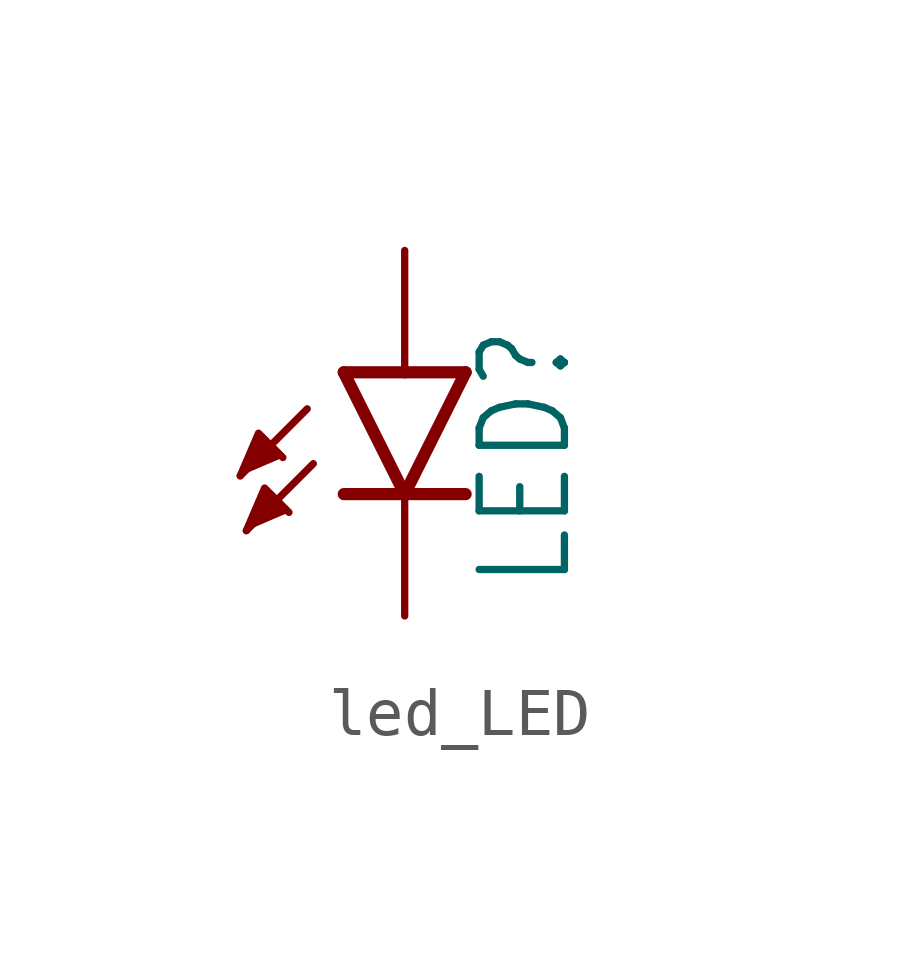
<source format=kicad_sym>
(kicad_symbol_lib
  (version 20231120)
  (generator "kicad_symbol_editor")
  (generator_version "8.0")
  (symbol "led_LED"
    (property "Reference" "LED"
      (at 3.556 -4.572 90)
      (effects (font (size 1.778 1.511)) (justify left bottom)))
    (property "Value" ""
      (at 5.715 -4.572 90)
      (effects (font (size 1.778 1.511)) (justify left bottom)))
    (property "ki_locked" ""
      (at 0 0 0)
      (effects (font (size 1.27 1.27))))
    (symbol "led_LED_1_0"
      (polyline (pts (xy -2.032 -0.762) (xy -3.429 -2.159)) (stroke (width 0.152) (type solid)) (fill (type none)))
      (polyline (pts (xy -1.905 -1.905) (xy -3.302 -3.302)) (stroke (width 0.152) (type solid)) (fill (type none)))
      (polyline (pts (xy 0 -2.54) (xy -1.27 -2.54)) (stroke (width 0.254) (type solid)) (fill (type none)))
      (polyline (pts (xy 0 -2.54) (xy -1.27 0)) (stroke (width 0.254) (type solid)) (fill (type none)))
      (polyline (pts (xy 0 0) (xy -1.27 0)) (stroke (width 0.254) (type solid)) (fill (type none)))
      (polyline (pts (xy 1.27 -2.54) (xy 0 -2.54)) (stroke (width 0.254) (type solid)) (fill (type none)))
      (polyline (pts (xy 1.27 0) (xy 0 -2.54)) (stroke (width 0.254) (type solid)) (fill (type none)))
      (polyline (pts (xy 1.27 0) (xy 0 0)) (stroke (width 0.254) (type solid)) (fill (type none)))
      (polyline (pts (xy -3.429 -2.159) (xy -3.048 -1.27) (xy -2.54 -1.778)) (stroke (width 0.152) (type solid)) (fill (type outline)))
      (polyline (pts (xy -3.302 -3.302) (xy -2.921 -2.413) (xy -2.413 -2.921)) (stroke (width 0.152) (type solid)) (fill (type outline)))
      (pin passive line (at 0 2.54 270) (length 2.54) (name "A" (effects (font (size 0 0)))) (number "A@1" (effects (font (size 0 0)))))
      (pin passive line (at 0 -5.08 90) (length 2.54) (name "C" (effects (font (size 0 0)))) (number "C@1" (effects (font (size 0 0))))))))
</source>
